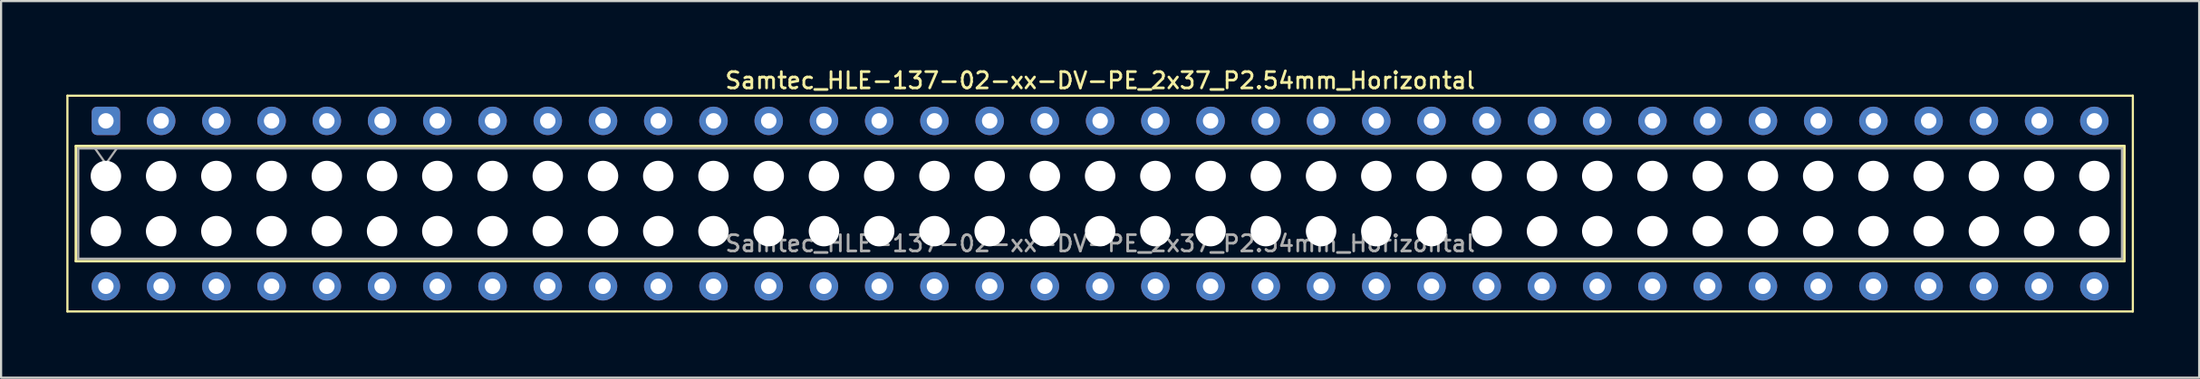
<source format=kicad_pcb>
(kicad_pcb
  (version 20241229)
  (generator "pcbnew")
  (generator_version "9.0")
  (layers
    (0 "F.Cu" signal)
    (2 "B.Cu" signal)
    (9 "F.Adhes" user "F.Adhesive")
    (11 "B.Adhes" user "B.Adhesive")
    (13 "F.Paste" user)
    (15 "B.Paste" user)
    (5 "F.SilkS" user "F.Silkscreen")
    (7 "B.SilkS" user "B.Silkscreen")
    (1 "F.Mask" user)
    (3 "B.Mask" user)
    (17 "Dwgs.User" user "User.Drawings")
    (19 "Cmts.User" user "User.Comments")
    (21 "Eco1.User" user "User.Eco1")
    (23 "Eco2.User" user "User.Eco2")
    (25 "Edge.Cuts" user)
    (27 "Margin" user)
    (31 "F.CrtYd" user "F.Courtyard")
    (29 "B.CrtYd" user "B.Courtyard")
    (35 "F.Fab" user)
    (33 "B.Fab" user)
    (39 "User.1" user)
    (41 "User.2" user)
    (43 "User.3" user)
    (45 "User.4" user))
  (footprint "Samtec_HLE-137-02-xx-DV-PE_2x37_P2.54mm_Horizontal"
    (layer "F.Cu")
    (at 1.82 2.518)
    (property "Reference" "Samtec_HLE-137-02-xx-DV-PE_2x37_P2.54mm_Horizontal" (at 45.72 -1.86 0) (layer "F.SilkS") (effects (font (size 0.75 0.75) (thickness 0.125))))
    (attr through_hole)
    (fp_line (start -1.77 -1.16) (end 93.21 -1.16) (stroke (width 0.1) (type solid)) (layer "F.SilkS"))
    (fp_line (start -1.77 8.78) (end -1.77 -1.16) (stroke (width 0.1) (type solid)) (layer "F.SilkS"))
    (fp_line (start -1.38 1.16) (end 92.82 1.16) (stroke (width 0.12) (type solid)) (layer "F.SilkS"))
    (fp_line (start -1.38 6.46) (end -1.38 1.16) (stroke (width 0.12) (type solid)) (layer "F.SilkS"))
    (fp_line (start 92.82 1.16) (end 92.82 6.46) (stroke (width 0.12) (type solid)) (layer "F.SilkS"))
    (fp_line (start 92.82 6.46) (end -1.38 6.46) (stroke (width 0.12) (type solid)) (layer "F.SilkS"))
    (fp_line (start 93.21 -1.16) (end 93.21 8.78) (stroke (width 0.1) (type solid)) (layer "F.SilkS"))
    (fp_line (start 93.21 8.78) (end -1.77 8.78) (stroke (width 0.1) (type solid)) (layer "F.SilkS"))
    (fp_line (start -1.27 1.27) (end 92.71 1.27) (stroke (width 0.1) (type solid)) (layer "F.Fab"))
    (fp_line (start -1.27 6.35) (end -1.27 1.27) (stroke (width 0.1) (type solid)) (layer "F.Fab"))
    (fp_line (start -0.5 1.27) (end 0 1.977) (stroke (width 0.1) (type solid)) (layer "F.Fab"))
    (fp_line (start 0 1.977) (end 0.5 1.27) (stroke (width 0.1) (type solid)) (layer "F.Fab"))
    (fp_line (start 92.71 1.27) (end 92.71 6.35) (stroke (width 0.1) (type solid)) (layer "F.Fab"))
    (fp_line (start 92.71 6.35) (end -1.27 6.35) (stroke (width 0.1) (type solid)) (layer "F.Fab"))
    (fp_text user "${REFERENCE}" (at 45.72 5.65 0) (layer "F.Fab") (effects (font (size 0.75 0.75) (thickness 0.125))))
    (pad "" np_thru_hole circle (at 0 2.54) (size 1.4 1.4) (drill 1.4) (layers "*.Cu" "*.Mask"))
    (pad "" np_thru_hole circle (at 0 5.08) (size 1.4 1.4) (drill 1.4) (layers "*.Cu" "*.Mask"))
    (pad "" np_thru_hole circle (at 2.54 2.54) (size 1.4 1.4) (drill 1.4) (layers "*.Cu" "*.Mask"))
    (pad "" np_thru_hole circle (at 2.54 5.08) (size 1.4 1.4) (drill 1.4) (layers "*.Cu" "*.Mask"))
    (pad "" np_thru_hole circle (at 5.08 2.54) (size 1.4 1.4) (drill 1.4) (layers "*.Cu" "*.Mask"))
    (pad "" np_thru_hole circle (at 5.08 5.08) (size 1.4 1.4) (drill 1.4) (layers "*.Cu" "*.Mask"))
    (pad "" np_thru_hole circle (at 7.62 2.54) (size 1.4 1.4) (drill 1.4) (layers "*.Cu" "*.Mask"))
    (pad "" np_thru_hole circle (at 7.62 5.08) (size 1.4 1.4) (drill 1.4) (layers "*.Cu" "*.Mask"))
    (pad "" np_thru_hole circle (at 10.16 2.54) (size 1.4 1.4) (drill 1.4) (layers "*.Cu" "*.Mask"))
    (pad "" np_thru_hole circle (at 10.16 5.08) (size 1.4 1.4) (drill 1.4) (layers "*.Cu" "*.Mask"))
    (pad "" np_thru_hole circle (at 12.7 2.54) (size 1.4 1.4) (drill 1.4) (layers "*.Cu" "*.Mask"))
    (pad "" np_thru_hole circle (at 12.7 5.08) (size 1.4 1.4) (drill 1.4) (layers "*.Cu" "*.Mask"))
    (pad "" np_thru_hole circle (at 15.24 2.54) (size 1.4 1.4) (drill 1.4) (layers "*.Cu" "*.Mask"))
    (pad "" np_thru_hole circle (at 15.24 5.08) (size 1.4 1.4) (drill 1.4) (layers "*.Cu" "*.Mask"))
    (pad "" np_thru_hole circle (at 17.78 2.54) (size 1.4 1.4) (drill 1.4) (layers "*.Cu" "*.Mask"))
    (pad "" np_thru_hole circle (at 17.78 5.08) (size 1.4 1.4) (drill 1.4) (layers "*.Cu" "*.Mask"))
    (pad "" np_thru_hole circle (at 20.32 2.54) (size 1.4 1.4) (drill 1.4) (layers "*.Cu" "*.Mask"))
    (pad "" np_thru_hole circle (at 20.32 5.08) (size 1.4 1.4) (drill 1.4) (layers "*.Cu" "*.Mask"))
    (pad "" np_thru_hole circle (at 22.86 2.54) (size 1.4 1.4) (drill 1.4) (layers "*.Cu" "*.Mask"))
    (pad "" np_thru_hole circle (at 22.86 5.08) (size 1.4 1.4) (drill 1.4) (layers "*.Cu" "*.Mask"))
    (pad "" np_thru_hole circle (at 25.4 2.54) (size 1.4 1.4) (drill 1.4) (layers "*.Cu" "*.Mask"))
    (pad "" np_thru_hole circle (at 25.4 5.08) (size 1.4 1.4) (drill 1.4) (layers "*.Cu" "*.Mask"))
    (pad "" np_thru_hole circle (at 27.94 2.54) (size 1.4 1.4) (drill 1.4) (layers "*.Cu" "*.Mask"))
    (pad "" np_thru_hole circle (at 27.94 5.08) (size 1.4 1.4) (drill 1.4) (layers "*.Cu" "*.Mask"))
    (pad "" np_thru_hole circle (at 30.48 2.54) (size 1.4 1.4) (drill 1.4) (layers "*.Cu" "*.Mask"))
    (pad "" np_thru_hole circle (at 30.48 5.08) (size 1.4 1.4) (drill 1.4) (layers "*.Cu" "*.Mask"))
    (pad "" np_thru_hole circle (at 33.02 2.54) (size 1.4 1.4) (drill 1.4) (layers "*.Cu" "*.Mask"))
    (pad "" np_thru_hole circle (at 33.02 5.08) (size 1.4 1.4) (drill 1.4) (layers "*.Cu" "*.Mask"))
    (pad "" np_thru_hole circle (at 35.56 2.54) (size 1.4 1.4) (drill 1.4) (layers "*.Cu" "*.Mask"))
    (pad "" np_thru_hole circle (at 35.56 5.08) (size 1.4 1.4) (drill 1.4) (layers "*.Cu" "*.Mask"))
    (pad "" np_thru_hole circle (at 38.1 2.54) (size 1.4 1.4) (drill 1.4) (layers "*.Cu" "*.Mask"))
    (pad "" np_thru_hole circle (at 38.1 5.08) (size 1.4 1.4) (drill 1.4) (layers "*.Cu" "*.Mask"))
    (pad "" np_thru_hole circle (at 40.64 2.54) (size 1.4 1.4) (drill 1.4) (layers "*.Cu" "*.Mask"))
    (pad "" np_thru_hole circle (at 40.64 5.08) (size 1.4 1.4) (drill 1.4) (layers "*.Cu" "*.Mask"))
    (pad "" np_thru_hole circle (at 43.18 2.54) (size 1.4 1.4) (drill 1.4) (layers "*.Cu" "*.Mask"))
    (pad "" np_thru_hole circle (at 43.18 5.08) (size 1.4 1.4) (drill 1.4) (layers "*.Cu" "*.Mask"))
    (pad "" np_thru_hole circle (at 45.72 2.54) (size 1.4 1.4) (drill 1.4) (layers "*.Cu" "*.Mask"))
    (pad "" np_thru_hole circle (at 45.72 5.08) (size 1.4 1.4) (drill 1.4) (layers "*.Cu" "*.Mask"))
    (pad "" np_thru_hole circle (at 48.26 2.54) (size 1.4 1.4) (drill 1.4) (layers "*.Cu" "*.Mask"))
    (pad "" np_thru_hole circle (at 48.26 5.08) (size 1.4 1.4) (drill 1.4) (layers "*.Cu" "*.Mask"))
    (pad "" np_thru_hole circle (at 50.8 2.54) (size 1.4 1.4) (drill 1.4) (layers "*.Cu" "*.Mask"))
    (pad "" np_thru_hole circle (at 50.8 5.08) (size 1.4 1.4) (drill 1.4) (layers "*.Cu" "*.Mask"))
    (pad "" np_thru_hole circle (at 53.34 2.54) (size 1.4 1.4) (drill 1.4) (layers "*.Cu" "*.Mask"))
    (pad "" np_thru_hole circle (at 53.34 5.08) (size 1.4 1.4) (drill 1.4) (layers "*.Cu" "*.Mask"))
    (pad "" np_thru_hole circle (at 55.88 2.54) (size 1.4 1.4) (drill 1.4) (layers "*.Cu" "*.Mask"))
    (pad "" np_thru_hole circle (at 55.88 5.08) (size 1.4 1.4) (drill 1.4) (layers "*.Cu" "*.Mask"))
    (pad "" np_thru_hole circle (at 58.42 2.54) (size 1.4 1.4) (drill 1.4) (layers "*.Cu" "*.Mask"))
    (pad "" np_thru_hole circle (at 58.42 5.08) (size 1.4 1.4) (drill 1.4) (layers "*.Cu" "*.Mask"))
    (pad "" np_thru_hole circle (at 60.96 2.54) (size 1.4 1.4) (drill 1.4) (layers "*.Cu" "*.Mask"))
    (pad "" np_thru_hole circle (at 60.96 5.08) (size 1.4 1.4) (drill 1.4) (layers "*.Cu" "*.Mask"))
    (pad "" np_thru_hole circle (at 63.5 2.54) (size 1.4 1.4) (drill 1.4) (layers "*.Cu" "*.Mask"))
    (pad "" np_thru_hole circle (at 63.5 5.08) (size 1.4 1.4) (drill 1.4) (layers "*.Cu" "*.Mask"))
    (pad "" np_thru_hole circle (at 66.04 2.54) (size 1.4 1.4) (drill 1.4) (layers "*.Cu" "*.Mask"))
    (pad "" np_thru_hole circle (at 66.04 5.08) (size 1.4 1.4) (drill 1.4) (layers "*.Cu" "*.Mask"))
    (pad "" np_thru_hole circle (at 68.58 2.54) (size 1.4 1.4) (drill 1.4) (layers "*.Cu" "*.Mask"))
    (pad "" np_thru_hole circle (at 68.58 5.08) (size 1.4 1.4) (drill 1.4) (layers "*.Cu" "*.Mask"))
    (pad "" np_thru_hole circle (at 71.12 2.54) (size 1.4 1.4) (drill 1.4) (layers "*.Cu" "*.Mask"))
    (pad "" np_thru_hole circle (at 71.12 5.08) (size 1.4 1.4) (drill 1.4) (layers "*.Cu" "*.Mask"))
    (pad "" np_thru_hole circle (at 73.66 2.54) (size 1.4 1.4) (drill 1.4) (layers "*.Cu" "*.Mask"))
    (pad "" np_thru_hole circle (at 73.66 5.08) (size 1.4 1.4) (drill 1.4) (layers "*.Cu" "*.Mask"))
    (pad "" np_thru_hole circle (at 76.2 2.54) (size 1.4 1.4) (drill 1.4) (layers "*.Cu" "*.Mask"))
    (pad "" np_thru_hole circle (at 76.2 5.08) (size 1.4 1.4) (drill 1.4) (layers "*.Cu" "*.Mask"))
    (pad "" np_thru_hole circle (at 78.74 2.54) (size 1.4 1.4) (drill 1.4) (layers "*.Cu" "*.Mask"))
    (pad "" np_thru_hole circle (at 78.74 5.08) (size 1.4 1.4) (drill 1.4) (layers "*.Cu" "*.Mask"))
    (pad "" np_thru_hole circle (at 81.28 2.54) (size 1.4 1.4) (drill 1.4) (layers "*.Cu" "*.Mask"))
    (pad "" np_thru_hole circle (at 81.28 5.08) (size 1.4 1.4) (drill 1.4) (layers "*.Cu" "*.Mask"))
    (pad "" np_thru_hole circle (at 83.82 2.54) (size 1.4 1.4) (drill 1.4) (layers "*.Cu" "*.Mask"))
    (pad "" np_thru_hole circle (at 83.82 5.08) (size 1.4 1.4) (drill 1.4) (layers "*.Cu" "*.Mask"))
    (pad "" np_thru_hole circle (at 86.36 2.54) (size 1.4 1.4) (drill 1.4) (layers "*.Cu" "*.Mask"))
    (pad "" np_thru_hole circle (at 86.36 5.08) (size 1.4 1.4) (drill 1.4) (layers "*.Cu" "*.Mask"))
    (pad "" np_thru_hole circle (at 88.9 2.54) (size 1.4 1.4) (drill 1.4) (layers "*.Cu" "*.Mask"))
    (pad "" np_thru_hole circle (at 88.9 5.08) (size 1.4 1.4) (drill 1.4) (layers "*.Cu" "*.Mask"))
    (pad "" np_thru_hole circle (at 91.44 2.54) (size 1.4 1.4) (drill 1.4) (layers "*.Cu" "*.Mask"))
    (pad "" np_thru_hole circle (at 91.44 5.08) (size 1.4 1.4) (drill 1.4) (layers "*.Cu" "*.Mask"))
    (pad "1" thru_hole roundrect (at 0 0) (size 1.31 1.31) (drill 0.71) (layers "*.Cu" "*.Mask") (roundrect_rratio 0.191))
    (pad "2" thru_hole circle (at 0 7.62) (size 1.31 1.31) (drill 0.71) (layers "*.Cu" "*.Mask"))
    (pad "3" thru_hole circle (at 2.54 0) (size 1.31 1.31) (drill 0.71) (layers "*.Cu" "*.Mask"))
    (pad "4" thru_hole circle (at 2.54 7.62) (size 1.31 1.31) (drill 0.71) (layers "*.Cu" "*.Mask"))
    (pad "5" thru_hole circle (at 5.08 0) (size 1.31 1.31) (drill 0.71) (layers "*.Cu" "*.Mask"))
    (pad "6" thru_hole circle (at 5.08 7.62) (size 1.31 1.31) (drill 0.71) (layers "*.Cu" "*.Mask"))
    (pad "7" thru_hole circle (at 7.62 0) (size 1.31 1.31) (drill 0.71) (layers "*.Cu" "*.Mask"))
    (pad "8" thru_hole circle (at 7.62 7.62) (size 1.31 1.31) (drill 0.71) (layers "*.Cu" "*.Mask"))
    (pad "9" thru_hole circle (at 10.16 0) (size 1.31 1.31) (drill 0.71) (layers "*.Cu" "*.Mask"))
    (pad "10" thru_hole circle (at 10.16 7.62) (size 1.31 1.31) (drill 0.71) (layers "*.Cu" "*.Mask"))
    (pad "11" thru_hole circle (at 12.7 0) (size 1.31 1.31) (drill 0.71) (layers "*.Cu" "*.Mask"))
    (pad "12" thru_hole circle (at 12.7 7.62) (size 1.31 1.31) (drill 0.71) (layers "*.Cu" "*.Mask"))
    (pad "13" thru_hole circle (at 15.24 0) (size 1.31 1.31) (drill 0.71) (layers "*.Cu" "*.Mask"))
    (pad "14" thru_hole circle (at 15.24 7.62) (size 1.31 1.31) (drill 0.71) (layers "*.Cu" "*.Mask"))
    (pad "15" thru_hole circle (at 17.78 0) (size 1.31 1.31) (drill 0.71) (layers "*.Cu" "*.Mask"))
    (pad "16" thru_hole circle (at 17.78 7.62) (size 1.31 1.31) (drill 0.71) (layers "*.Cu" "*.Mask"))
    (pad "17" thru_hole circle (at 20.32 0) (size 1.31 1.31) (drill 0.71) (layers "*.Cu" "*.Mask"))
    (pad "18" thru_hole circle (at 20.32 7.62) (size 1.31 1.31) (drill 0.71) (layers "*.Cu" "*.Mask"))
    (pad "19" thru_hole circle (at 22.86 0) (size 1.31 1.31) (drill 0.71) (layers "*.Cu" "*.Mask"))
    (pad "20" thru_hole circle (at 22.86 7.62) (size 1.31 1.31) (drill 0.71) (layers "*.Cu" "*.Mask"))
    (pad "21" thru_hole circle (at 25.4 0) (size 1.31 1.31) (drill 0.71) (layers "*.Cu" "*.Mask"))
    (pad "22" thru_hole circle (at 25.4 7.62) (size 1.31 1.31) (drill 0.71) (layers "*.Cu" "*.Mask"))
    (pad "23" thru_hole circle (at 27.94 0) (size 1.31 1.31) (drill 0.71) (layers "*.Cu" "*.Mask"))
    (pad "24" thru_hole circle (at 27.94 7.62) (size 1.31 1.31) (drill 0.71) (layers "*.Cu" "*.Mask"))
    (pad "25" thru_hole circle (at 30.48 0) (size 1.31 1.31) (drill 0.71) (layers "*.Cu" "*.Mask"))
    (pad "26" thru_hole circle (at 30.48 7.62) (size 1.31 1.31) (drill 0.71) (layers "*.Cu" "*.Mask"))
    (pad "27" thru_hole circle (at 33.02 0) (size 1.31 1.31) (drill 0.71) (layers "*.Cu" "*.Mask"))
    (pad "28" thru_hole circle (at 33.02 7.62) (size 1.31 1.31) (drill 0.71) (layers "*.Cu" "*.Mask"))
    (pad "29" thru_hole circle (at 35.56 0) (size 1.31 1.31) (drill 0.71) (layers "*.Cu" "*.Mask"))
    (pad "30" thru_hole circle (at 35.56 7.62) (size 1.31 1.31) (drill 0.71) (layers "*.Cu" "*.Mask"))
    (pad "31" thru_hole circle (at 38.1 0) (size 1.31 1.31) (drill 0.71) (layers "*.Cu" "*.Mask"))
    (pad "32" thru_hole circle (at 38.1 7.62) (size 1.31 1.31) (drill 0.71) (layers "*.Cu" "*.Mask"))
    (pad "33" thru_hole circle (at 40.64 0) (size 1.31 1.31) (drill 0.71) (layers "*.Cu" "*.Mask"))
    (pad "34" thru_hole circle (at 40.64 7.62) (size 1.31 1.31) (drill 0.71) (layers "*.Cu" "*.Mask"))
    (pad "35" thru_hole circle (at 43.18 0) (size 1.31 1.31) (drill 0.71) (layers "*.Cu" "*.Mask"))
    (pad "36" thru_hole circle (at 43.18 7.62) (size 1.31 1.31) (drill 0.71) (layers "*.Cu" "*.Mask"))
    (pad "37" thru_hole circle (at 45.72 0) (size 1.31 1.31) (drill 0.71) (layers "*.Cu" "*.Mask"))
    (pad "38" thru_hole circle (at 45.72 7.62) (size 1.31 1.31) (drill 0.71) (layers "*.Cu" "*.Mask"))
    (pad "39" thru_hole circle (at 48.26 0) (size 1.31 1.31) (drill 0.71) (layers "*.Cu" "*.Mask"))
    (pad "40" thru_hole circle (at 48.26 7.62) (size 1.31 1.31) (drill 0.71) (layers "*.Cu" "*.Mask"))
    (pad "41" thru_hole circle (at 50.8 0) (size 1.31 1.31) (drill 0.71) (layers "*.Cu" "*.Mask"))
    (pad "42" thru_hole circle (at 50.8 7.62) (size 1.31 1.31) (drill 0.71) (layers "*.Cu" "*.Mask"))
    (pad "43" thru_hole circle (at 53.34 0) (size 1.31 1.31) (drill 0.71) (layers "*.Cu" "*.Mask"))
    (pad "44" thru_hole circle (at 53.34 7.62) (size 1.31 1.31) (drill 0.71) (layers "*.Cu" "*.Mask"))
    (pad "45" thru_hole circle (at 55.88 0) (size 1.31 1.31) (drill 0.71) (layers "*.Cu" "*.Mask"))
    (pad "46" thru_hole circle (at 55.88 7.62) (size 1.31 1.31) (drill 0.71) (layers "*.Cu" "*.Mask"))
    (pad "47" thru_hole circle (at 58.42 0) (size 1.31 1.31) (drill 0.71) (layers "*.Cu" "*.Mask"))
    (pad "48" thru_hole circle (at 58.42 7.62) (size 1.31 1.31) (drill 0.71) (layers "*.Cu" "*.Mask"))
    (pad "49" thru_hole circle (at 60.96 0) (size 1.31 1.31) (drill 0.71) (layers "*.Cu" "*.Mask"))
    (pad "50" thru_hole circle (at 60.96 7.62) (size 1.31 1.31) (drill 0.71) (layers "*.Cu" "*.Mask"))
    (pad "51" thru_hole circle (at 63.5 0) (size 1.31 1.31) (drill 0.71) (layers "*.Cu" "*.Mask"))
    (pad "52" thru_hole circle (at 63.5 7.62) (size 1.31 1.31) (drill 0.71) (layers "*.Cu" "*.Mask"))
    (pad "53" thru_hole circle (at 66.04 0) (size 1.31 1.31) (drill 0.71) (layers "*.Cu" "*.Mask"))
    (pad "54" thru_hole circle (at 66.04 7.62) (size 1.31 1.31) (drill 0.71) (layers "*.Cu" "*.Mask"))
    (pad "55" thru_hole circle (at 68.58 0) (size 1.31 1.31) (drill 0.71) (layers "*.Cu" "*.Mask"))
    (pad "56" thru_hole circle (at 68.58 7.62) (size 1.31 1.31) (drill 0.71) (layers "*.Cu" "*.Mask"))
    (pad "57" thru_hole circle (at 71.12 0) (size 1.31 1.31) (drill 0.71) (layers "*.Cu" "*.Mask"))
    (pad "58" thru_hole circle (at 71.12 7.62) (size 1.31 1.31) (drill 0.71) (layers "*.Cu" "*.Mask"))
    (pad "59" thru_hole circle (at 73.66 0) (size 1.31 1.31) (drill 0.71) (layers "*.Cu" "*.Mask"))
    (pad "60" thru_hole circle (at 73.66 7.62) (size 1.31 1.31) (drill 0.71) (layers "*.Cu" "*.Mask"))
    (pad "61" thru_hole circle (at 76.2 0) (size 1.31 1.31) (drill 0.71) (layers "*.Cu" "*.Mask"))
    (pad "62" thru_hole circle (at 76.2 7.62) (size 1.31 1.31) (drill 0.71) (layers "*.Cu" "*.Mask"))
    (pad "63" thru_hole circle (at 78.74 0) (size 1.31 1.31) (drill 0.71) (layers "*.Cu" "*.Mask"))
    (pad "64" thru_hole circle (at 78.74 7.62) (size 1.31 1.31) (drill 0.71) (layers "*.Cu" "*.Mask"))
    (pad "65" thru_hole circle (at 81.28 0) (size 1.31 1.31) (drill 0.71) (layers "*.Cu" "*.Mask"))
    (pad "66" thru_hole circle (at 81.28 7.62) (size 1.31 1.31) (drill 0.71) (layers "*.Cu" "*.Mask"))
    (pad "67" thru_hole circle (at 83.82 0) (size 1.31 1.31) (drill 0.71) (layers "*.Cu" "*.Mask"))
    (pad "68" thru_hole circle (at 83.82 7.62) (size 1.31 1.31) (drill 0.71) (layers "*.Cu" "*.Mask"))
    (pad "69" thru_hole circle (at 86.36 0) (size 1.31 1.31) (drill 0.71) (layers "*.Cu" "*.Mask"))
    (pad "70" thru_hole circle (at 86.36 7.62) (size 1.31 1.31) (drill 0.71) (layers "*.Cu" "*.Mask"))
    (pad "71" thru_hole circle (at 88.9 0) (size 1.31 1.31) (drill 0.71) (layers "*.Cu" "*.Mask"))
    (pad "72" thru_hole circle (at 88.9 7.62) (size 1.31 1.31) (drill 0.71) (layers "*.Cu" "*.Mask"))
    (pad "73" thru_hole circle (at 91.44 0) (size 1.31 1.31) (drill 0.71) (layers "*.Cu" "*.Mask"))
    (pad "74" thru_hole circle (at 91.44 7.62) (size 1.31 1.31) (drill 0.71) (layers "*.Cu" "*.Mask")))
  (gr_rect
    (start -3 -3)
    (end 98.08 14.348)
    (stroke (width 0.1) (type default))
    (fill no)
    (layer "Edge.Cuts")))
</source>
